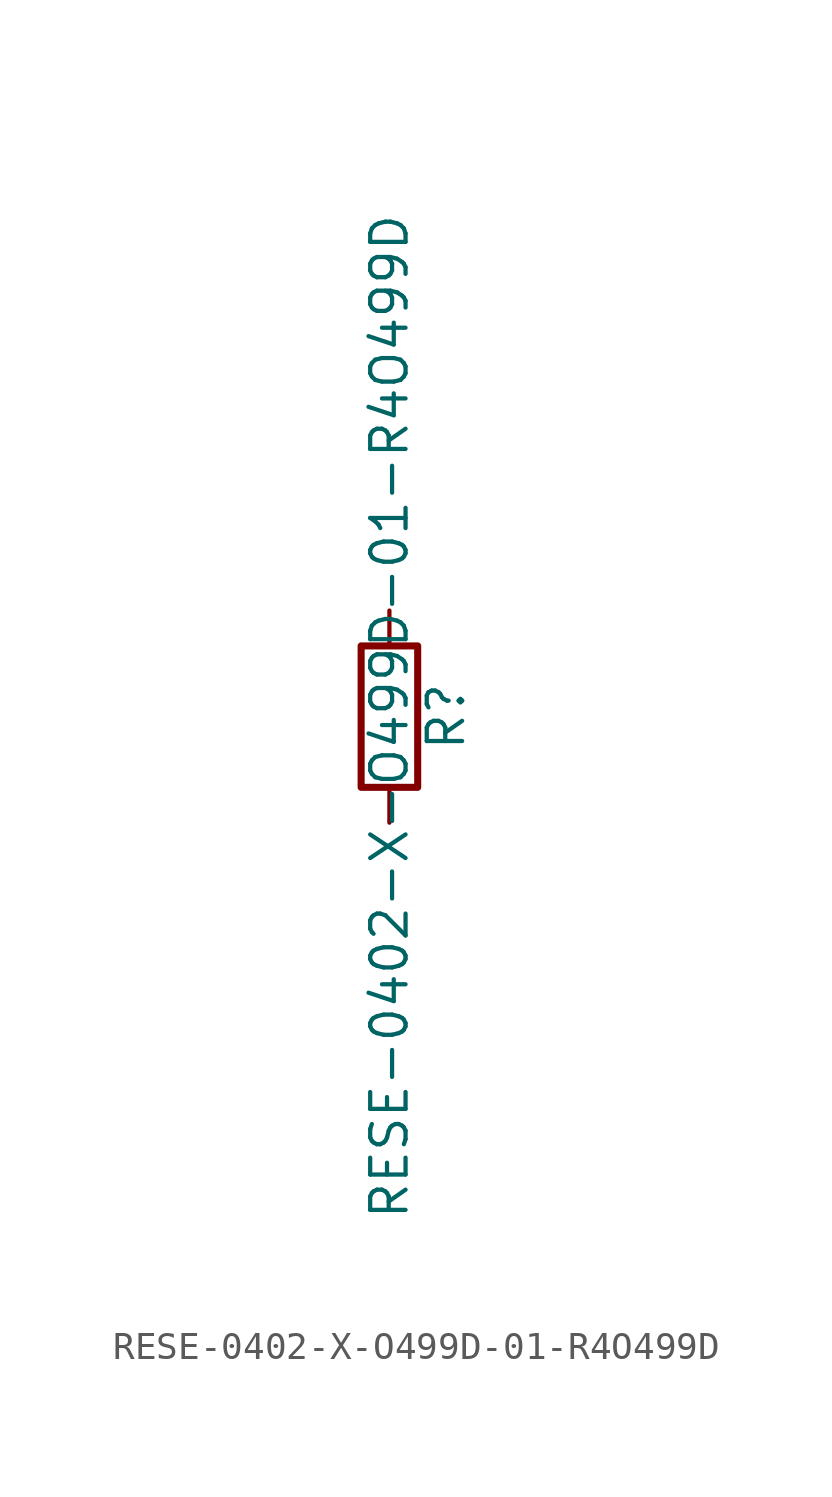
<source format=kicad_sym>
(kicad_symbol_lib
  (version 20211014)
  (generator kicad_symbol_editor)
  (symbol "RESE-0402-X-O499D-01-R4O499D"
    (pin_numbers hide)
    (pin_names
      (offset 0))
    (property "Reference" "R"
      (at 2.032 0 90)
      (effects (font (size 1.27 1.27))))
    (property "Value" "RESE-0402-X-O499D-01-R4O499D"
      (at 0 0 90)
      (effects (font (size 1.27 1.27))))
    (symbol "RESE-0402-X-O499D-01-R4O499D_0_1"
      (rectangle (start -1.016 -2.54) (end 1.016 2.54) (stroke (width 0.254) (type default) (color 0 0 0 0)) (fill (type none))))
    (symbol "RESE-0402-X-O499D-01-R4O499D_1_1"
      (pin passive line (at 0 3.81 270) (length 1.27) (name "~" (effects (font (size 1.27 1.27)))) (number "1" (effects (font (size 1.27 1.27)))))
      (pin passive line (at 0 -3.81 90) (length 1.27) (name "~" (effects (font (size 1.27 1.27)))) (number "2" (effects (font (size 1.27 1.27))))))))
</source>
